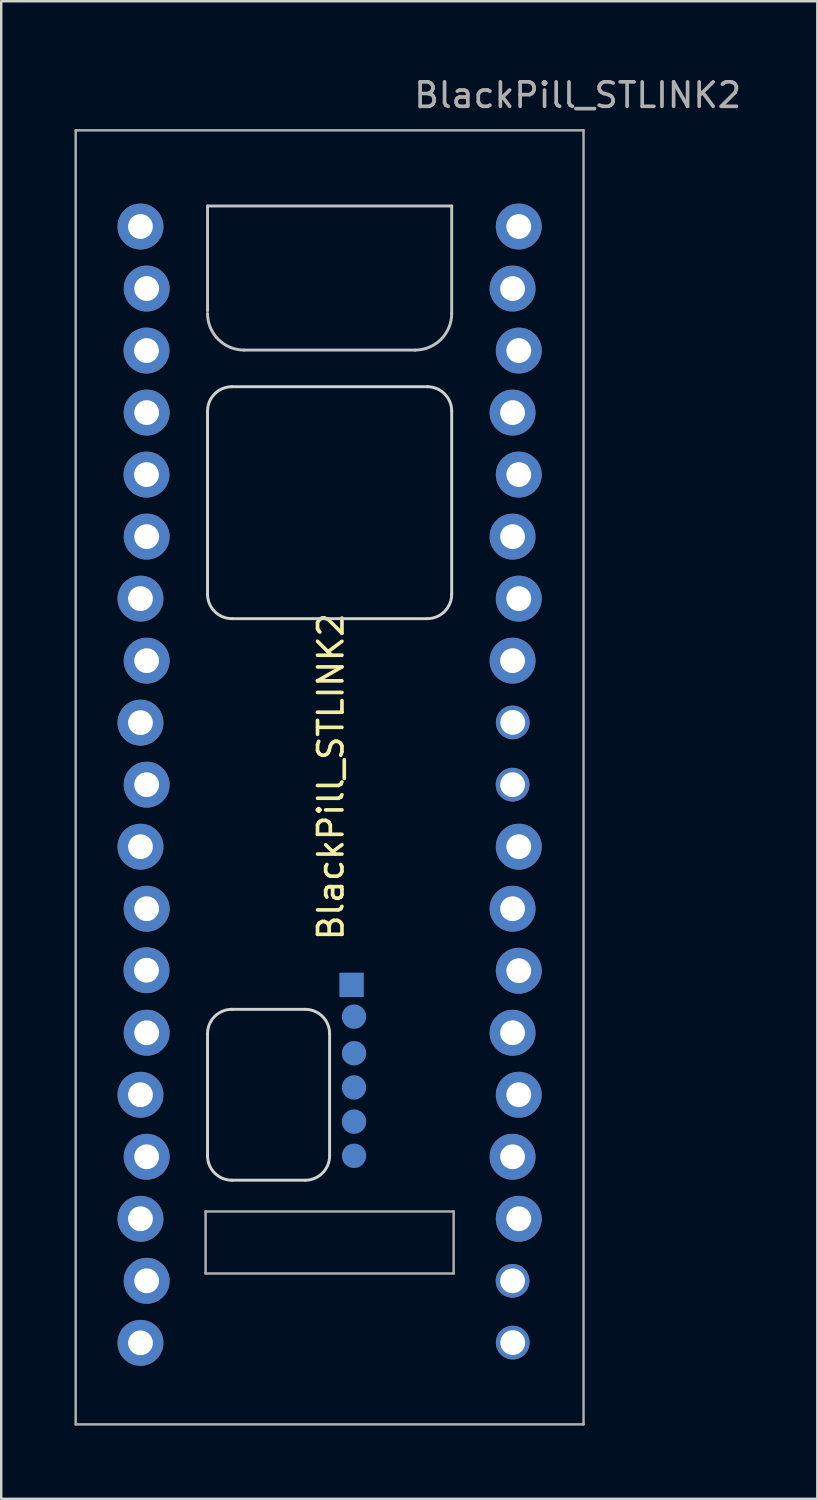
<source format=kicad_pcb>
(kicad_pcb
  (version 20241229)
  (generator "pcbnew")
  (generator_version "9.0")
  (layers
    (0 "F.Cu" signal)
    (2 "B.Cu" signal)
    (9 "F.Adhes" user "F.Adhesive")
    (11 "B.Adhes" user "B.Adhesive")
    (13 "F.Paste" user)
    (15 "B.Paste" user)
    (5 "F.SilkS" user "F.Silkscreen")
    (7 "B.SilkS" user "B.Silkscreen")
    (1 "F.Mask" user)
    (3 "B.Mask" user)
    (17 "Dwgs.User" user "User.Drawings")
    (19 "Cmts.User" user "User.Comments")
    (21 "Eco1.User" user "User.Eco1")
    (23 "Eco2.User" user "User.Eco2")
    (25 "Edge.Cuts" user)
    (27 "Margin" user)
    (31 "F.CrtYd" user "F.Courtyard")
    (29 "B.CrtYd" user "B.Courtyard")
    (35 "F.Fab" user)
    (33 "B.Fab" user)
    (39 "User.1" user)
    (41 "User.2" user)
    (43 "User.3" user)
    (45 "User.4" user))
  (footprint "BlackPill_STLINK2"
    (layer "F.Cu")
    (at 10.45 28.788)
    (property "Reference" "BlackPill_STLINK2" (at 0.05 -0.025 90) (layer "F.SilkS") (effects (font (size 1 1) (thickness 0.15))))
    (attr through_hole)
    (fp_line (start -5 -19.1) (end -5 -23.4) (stroke (width 0.12) (type solid)) (layer "Dwgs.User"))
    (fp_line (start -3.5 -17.5) (end 3.5 -17.5) (stroke (width 0.12) (type solid)) (layer "Dwgs.User"))
    (fp_line (start 5 -23.4) (end -5 -23.4) (stroke (width 0.12) (type solid)) (layer "Dwgs.User"))
    (fp_line (start 5 -19) (end 5 -23.4) (stroke (width 0.12) (type solid)) (layer "Dwgs.User"))
    (fp_arc (start -3.5 -17.5) (mid -4.56066 -17.93934) (end -5 -19) (stroke (width 0.12) (type solid)) (layer "Dwgs.User"))
    (fp_arc (start 5 -19) (mid 4.56066 -17.93934) (end 3.5 -17.5) (stroke (width 0.12) (type solid)) (layer "Dwgs.User"))
    (fp_line (start -5 -7.5) (end -5 -15) (stroke (width 0.12) (type solid)) (layer "Edge.Cuts"))
    (fp_line (start -5 15.5) (end -5 10.5) (stroke (width 0.12) (type solid)) (layer "Edge.Cuts"))
    (fp_line (start -4 -16) (end 4 -16) (stroke (width 0.12) (type solid)) (layer "Edge.Cuts"))
    (fp_line (start -4 9.5) (end -1 9.5) (stroke (width 0.12) (type solid)) (layer "Edge.Cuts"))
    (fp_line (start -1 16.5) (end -4 16.5) (stroke (width 0.12) (type solid)) (layer "Edge.Cuts"))
    (fp_line (start 0 10.5) (end 0 15.5) (stroke (width 0.12) (type solid)) (layer "Edge.Cuts"))
    (fp_line (start 4 -6.5) (end -4 -6.5) (stroke (width 0.12) (type solid)) (layer "Edge.Cuts"))
    (fp_line (start 5 -15) (end 5 -7.5) (stroke (width 0.12) (type solid)) (layer "Edge.Cuts"))
    (fp_arc (start -5 -15) (mid -4.707107 -15.707107) (end -4 -16) (stroke (width 0.12) (type solid)) (layer "Edge.Cuts"))
    (fp_arc (start -5 10.5) (mid -4.707107 9.792893) (end -4 9.5) (stroke (width 0.12) (type solid)) (layer "Edge.Cuts"))
    (fp_arc (start -4 -6.5) (mid -4.707107 -6.792893) (end -5 -7.5) (stroke (width 0.12) (type solid)) (layer "Edge.Cuts"))
    (fp_arc (start -4 16.5) (mid -4.707107 16.207107) (end -5 15.5) (stroke (width 0.12) (type solid)) (layer "Edge.Cuts"))
    (fp_arc (start -1 9.5) (mid -0.292893 9.792893) (end 0 10.5) (stroke (width 0.12) (type solid)) (layer "Edge.Cuts"))
    (fp_arc (start 0 15.5) (mid -0.292893 16.207107) (end -1 16.5) (stroke (width 0.12) (type solid)) (layer "Edge.Cuts"))
    (fp_arc (start 4 -16) (mid 4.707107 -15.707107) (end 5 -15) (stroke (width 0.12) (type solid)) (layer "Edge.Cuts"))
    (fp_arc (start 5 -7.5) (mid 4.707107 -6.792893) (end 4 -6.5) (stroke (width 0.12) (type solid)) (layer "Edge.Cuts"))
    (fp_line (start -10.4 -26.5) (end -10.4 26.5) (stroke (width 0.1) (type solid)) (layer "F.Fab"))
    (fp_line (start -10.4 26.5) (end 10.4 26.5) (stroke (width 0.1) (type solid)) (layer "F.Fab"))
    (fp_line (start -5.08 17.78) (end 5.08 17.78) (stroke (width 0.1) (type solid)) (layer "F.Fab"))
    (fp_line (start -5.08 20.32) (end -5.08 17.78) (stroke (width 0.1) (type solid)) (layer "F.Fab"))
    (fp_line (start 5.08 17.78) (end 5.08 20.32) (stroke (width 0.1) (type solid)) (layer "F.Fab"))
    (fp_line (start 5.08 20.32) (end -5.08 20.32) (stroke (width 0.1) (type solid)) (layer "F.Fab"))
    (fp_line (start 10.4 -26.5) (end -10.4 -26.5) (stroke (width 0.1) (type solid)) (layer "F.Fab"))
    (fp_line (start 10.4 26.5) (end 10.4 -26.5) (stroke (width 0.1) (type solid)) (layer "F.Fab"))
    (fp_text user "${REFERENCE}" (at 10.16 -27.94 180) (layer "F.Fab") (effects (font (size 1 1) (thickness 0.15))))
    (pad "1" smd circle (at 1 11.3 270) (size 1 1) (layers "B.Cu" "B.Mask" "B.Paste"))
    (pad "2" thru_hole circle (at -7.747 -22.56 270) (size 1.88 1.88) (drill 1.016) (layers "*.Cu" "*.Mask"))
    (pad "3" thru_hole circle (at -7.493 -20.02 270) (size 1.88 1.88) (drill 1.016) (layers "*.Cu" "*.Mask"))
    (pad "4" thru_hole circle (at -7.5 -17.48 270) (size 1.88 1.88) (drill 1.016) (layers "*.Cu" "*.Mask"))
    (pad "5" thru_hole circle (at -7.493 -14.94 270) (size 1.88 1.88) (drill 1.016) (layers "*.Cu" "*.Mask"))
    (pad "6" thru_hole circle (at -7.5 -12.4 270) (size 1.88 1.88) (drill 1.016) (layers "*.Cu" "*.Mask"))
    (pad "7" thru_hole circle (at -7.493 -9.86 270) (size 1.88 1.88) (drill 1.016) (layers "*.Cu" "*.Mask"))
    (pad "8" thru_hole circle (at -7.747 -7.32 270) (size 1.88 1.88) (drill 1.016) (layers "*.Cu" "*.Mask"))
    (pad "9" thru_hole circle (at -7.493 -4.78 270) (size 1.88 1.88) (drill 1.016) (layers "*.Cu" "*.Mask"))
    (pad "10" thru_hole circle (at -7.747 -2.24 270) (size 1.88 1.88) (drill 1.016) (layers "*.Cu" "*.Mask"))
    (pad "11" thru_hole circle (at -7.493 0.3 270) (size 1.88 1.88) (drill 1.016) (layers "*.Cu" "*.Mask"))
    (pad "12" thru_hole circle (at -7.747 2.84 270) (size 1.88 1.88) (drill 1.016) (layers "*.Cu" "*.Mask"))
    (pad "13" thru_hole circle (at -7.493 5.38 270) (size 1.88 1.88) (drill 1.016) (layers "*.Cu" "*.Mask"))
    (pad "14" thru_hole circle (at -7.5 7.9 270) (size 1.88 1.88) (drill 1.016) (layers "*.Cu" "*.Mask"))
    (pad "15" thru_hole circle (at -7.493 10.46 270) (size 1.88 1.88) (drill 1.016) (layers "*.Cu" "*.Mask"))
    (pad "16" thru_hole circle (at -7.747 13 270) (size 1.88 1.88) (drill 1.016) (layers "*.Cu" "*.Mask"))
    (pad "17" thru_hole circle (at -7.493 15.54 270) (size 1.88 1.88) (drill 1.016) (layers "*.Cu" "*.Mask"))
    (pad "18" thru_hole circle (at -7.747 18.08 270) (size 1.88 1.88) (drill 1.016) (layers "*.Cu" "*.Mask"))
    (pad "19" thru_hole circle (at -7.493 20.62 270) (size 1.88 1.88) (drill 1.016) (layers "*.Cu" "*.Mask"))
    (pad "20" thru_hole circle (at -7.747 23.16 270) (size 1.88 1.88) (drill 1.016) (layers "*.Cu" "*.Mask"))
    (pad "21" thru_hole circle (at 7.5 23.15 90) (size 1.38 1.38) (drill 1.016) (layers "*.Cu" "*.Mask"))
    (pad "22" thru_hole circle (at 7.493 20.62 90) (size 1.38 1.38) (drill 1.016) (layers "*.Cu" "*.Mask"))
    (pad "23" thru_hole circle (at 7.747 18.08 90) (size 1.88 1.88) (drill 1.016) (layers "*.Cu" "*.Mask"))
    (pad "24" thru_hole circle (at 7.493 15.54 90) (size 1.88 1.88) (drill 1.016) (layers "*.Cu" "*.Mask"))
    (pad "25" thru_hole circle (at 7.747 13 90) (size 1.88 1.88) (drill 1.016) (layers "*.Cu" "*.Mask"))
    (pad "26" thru_hole circle (at 7.493 10.46 90) (size 1.88 1.88) (drill 1.016) (layers "*.Cu" "*.Mask"))
    (pad "27" thru_hole circle (at 7.747 7.92 90) (size 1.88 1.88) (drill 1.016) (layers "*.Cu" "*.Mask"))
    (pad "28" thru_hole circle (at 7.493 5.38 90) (size 1.88 1.88) (drill 1.016) (layers "*.Cu" "*.Mask"))
    (pad "29" thru_hole circle (at 7.747 2.84 90) (size 1.88 1.88) (drill 1.016) (layers "*.Cu" "*.Mask"))
    (pad "30" thru_hole circle (at 7.493 0.3 90) (size 1.38 1.38) (drill 1.016) (layers "*.Cu" "*.Mask"))
    (pad "31" thru_hole circle (at 7.5 -2.25 90) (size 1.38 1.38) (drill 1.016) (layers "*.Cu" "*.Mask"))
    (pad "32" thru_hole circle (at 7.493 -4.78 90) (size 1.88 1.88) (drill 1.016) (layers "*.Cu" "*.Mask"))
    (pad "33" thru_hole circle (at 7.747 -7.32 90) (size 1.88 1.88) (drill 1.016) (layers "*.Cu" "*.Mask"))
    (pad "34" thru_hole circle (at 7.493 -9.86 90) (size 1.88 1.88) (drill 1.016) (layers "*.Cu" "*.Mask"))
    (pad "35" thru_hole circle (at 7.747 -12.4 90) (size 1.88 1.88) (drill 1.016) (layers "*.Cu" "*.Mask"))
    (pad "36" thru_hole circle (at 7.493 -14.94 90) (size 1.88 1.88) (drill 1.016) (layers "*.Cu" "*.Mask"))
    (pad "37" thru_hole circle (at 7.747 -17.48 90) (size 1.88 1.88) (drill 1.016) (layers "*.Cu" "*.Mask"))
    (pad "38" thru_hole circle (at 7.493 -20.02 90) (size 1.88 1.88) (drill 1.016) (layers "*.Cu" "*.Mask"))
    (pad "39" thru_hole circle (at 7.747 -22.56 90) (size 1.88 1.88) (drill 1.016) (layers "*.Cu" "*.Mask"))
    (pad "40" smd circle (at 1 14.1 90) (size 1 1) (layers "B.Cu" "B.Mask" "B.Paste"))
    (pad "41" smd rect (at 0.9 8.5 90) (size 1 1) (layers "B.Cu" "B.Mask" "B.Paste"))
    (pad "42" smd circle (at 1 15.5 90) (size 1 1) (layers "B.Cu" "B.Mask" "B.Paste"))
    (pad "43" smd circle (at 1 9.8 90) (size 1 1) (layers "B.Cu" "B.Mask" "B.Paste"))
    (pad "44" smd circle (at 1 12.7 90) (size 1 1) (layers "B.Cu" "B.Mask" "B.Paste")))
  (gr_rect
    (start -3 -3)
    (end 30.425 58.338)
    (stroke (width 0.1) (type default))
    (fill no)
    (layer "Edge.Cuts")))
</source>
